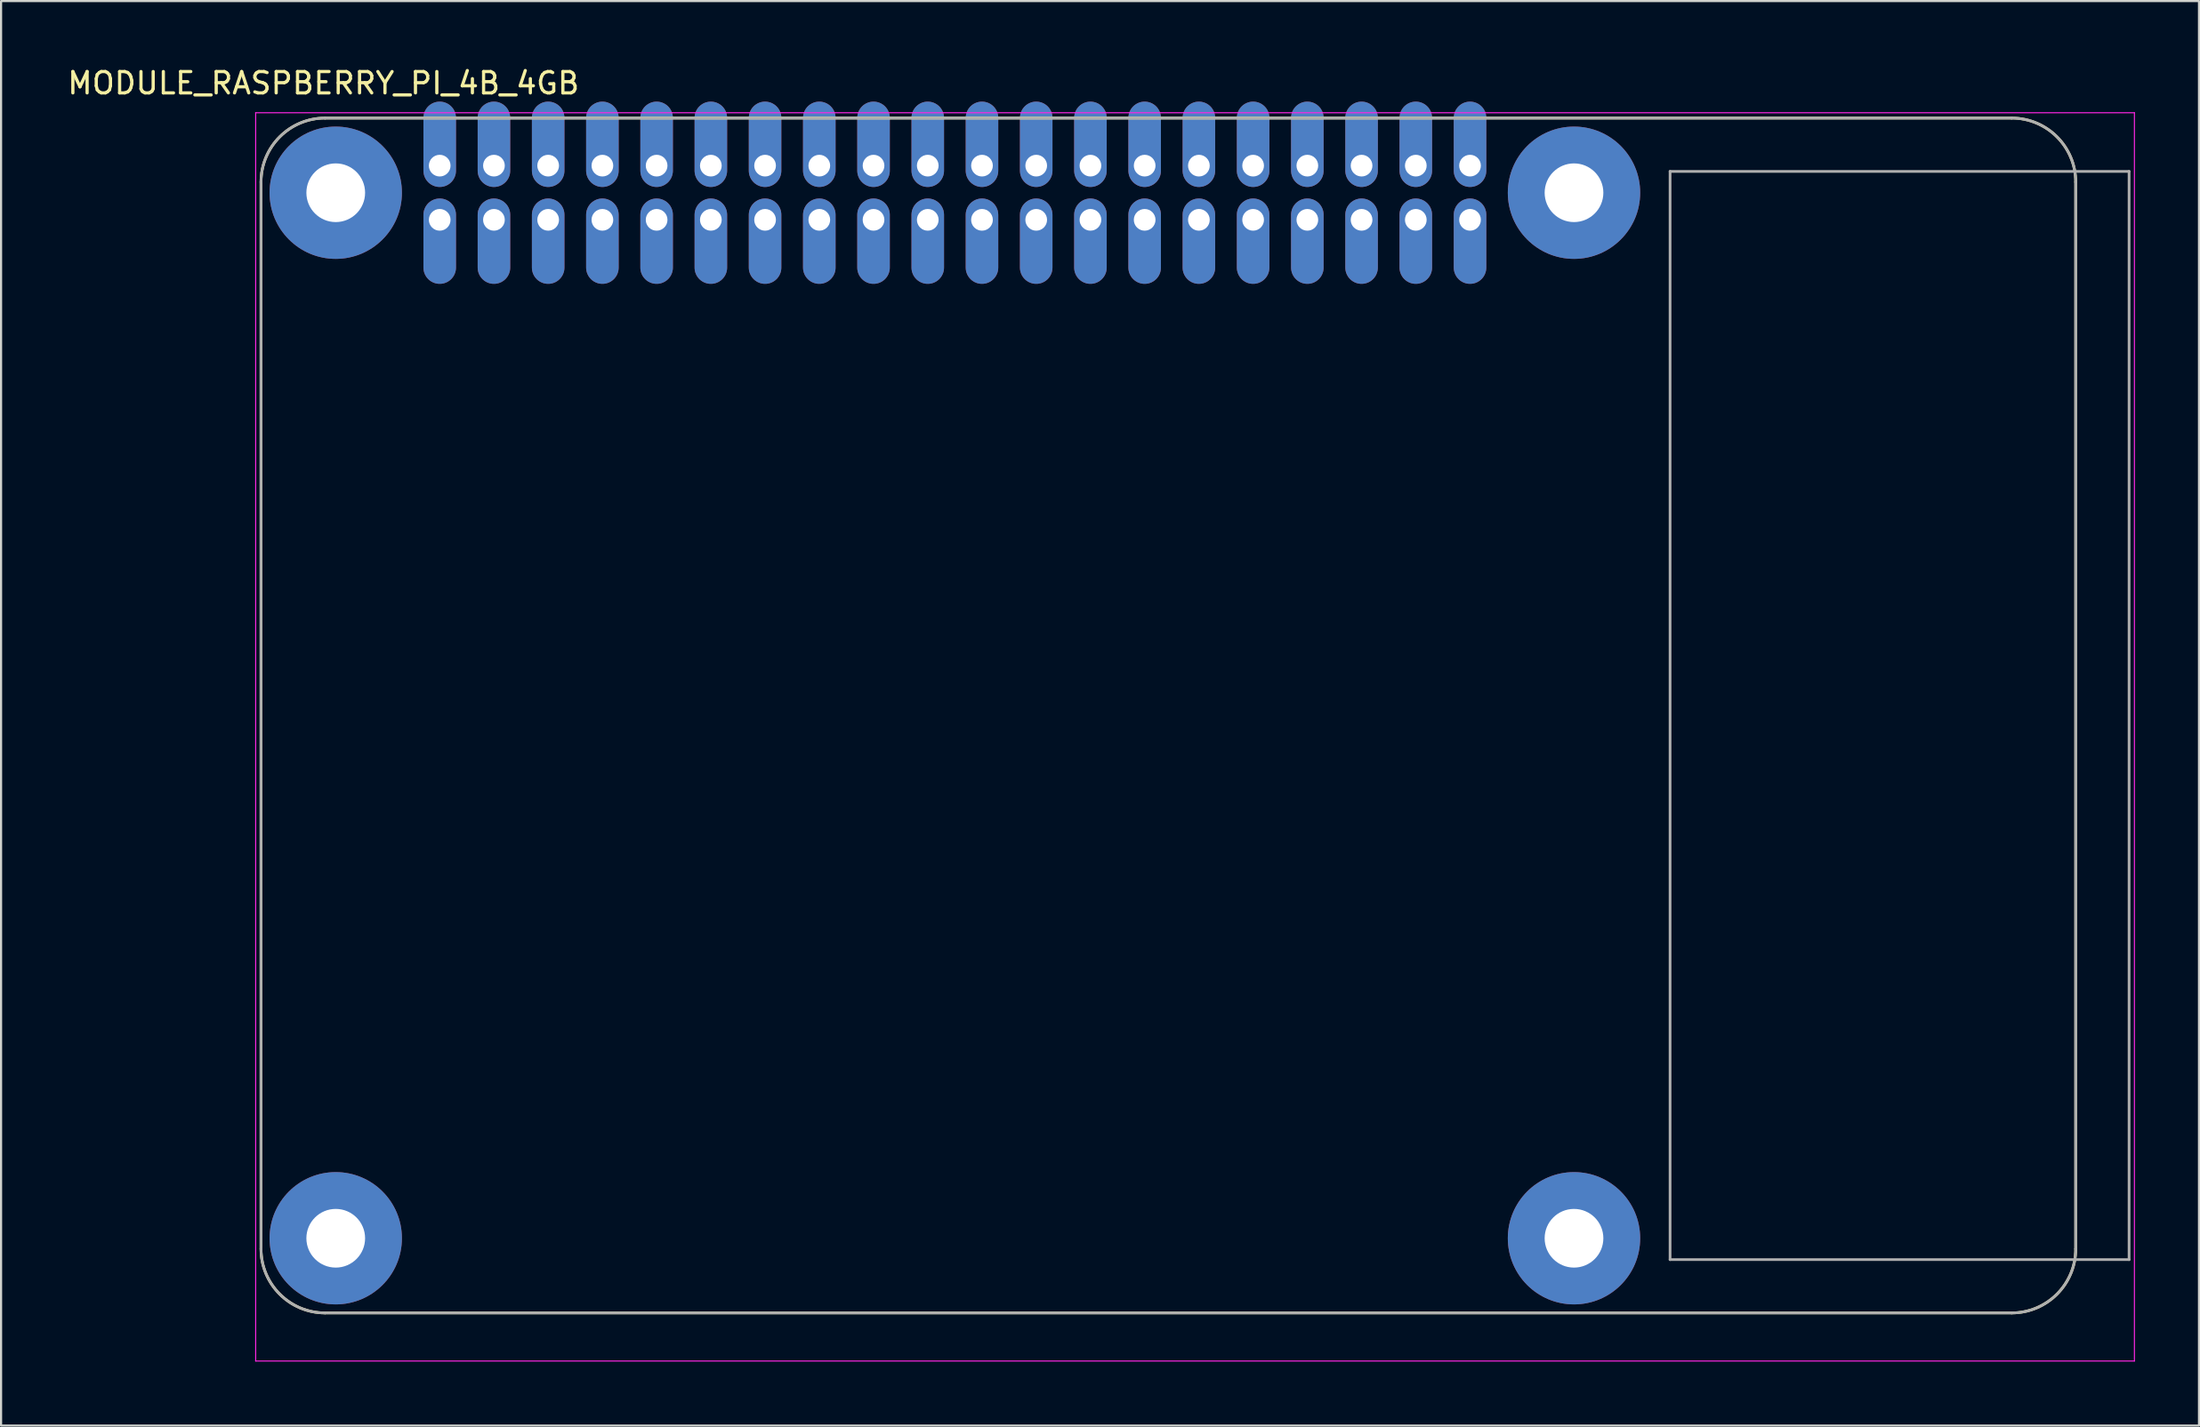
<source format=kicad_pcb>
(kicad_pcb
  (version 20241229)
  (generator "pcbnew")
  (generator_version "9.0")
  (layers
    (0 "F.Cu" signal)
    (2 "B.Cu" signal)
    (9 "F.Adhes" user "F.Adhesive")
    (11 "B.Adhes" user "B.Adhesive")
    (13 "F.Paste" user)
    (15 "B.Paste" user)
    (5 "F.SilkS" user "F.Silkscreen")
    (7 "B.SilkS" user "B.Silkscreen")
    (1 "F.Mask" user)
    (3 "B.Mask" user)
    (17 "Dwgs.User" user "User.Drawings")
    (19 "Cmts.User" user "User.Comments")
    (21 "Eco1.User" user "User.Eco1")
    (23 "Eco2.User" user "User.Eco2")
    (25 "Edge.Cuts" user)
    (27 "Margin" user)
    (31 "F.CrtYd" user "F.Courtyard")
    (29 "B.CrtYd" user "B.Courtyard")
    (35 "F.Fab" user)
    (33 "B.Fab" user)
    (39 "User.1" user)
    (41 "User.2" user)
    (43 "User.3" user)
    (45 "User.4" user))
  (footprint "MODULE_RASPBERRY_PI_4B_4GB"
    (layer "F.Cu")
    (at 51.676 30.483)
    (property "Reference" "MODULE_RASPBERRY_PI_4B_4GB" (at -39.575 -29.635 0) (layer "F.SilkS") (effects (font (size 1 1) (thickness 0.15))))
    (attr through_hole)
    (fp_line (start -42.5 -25) (end -42.5 25) (stroke (width 0.127) (type solid)) (layer "F.SilkS"))
    (fp_line (start -39.5 28) (end 39.5 28) (stroke (width 0.127) (type solid)) (layer "F.SilkS"))
    (fp_line (start 39.5 -28) (end -39.5 -28) (stroke (width 0.127) (type solid)) (layer "F.SilkS"))
    (fp_line (start 42.5 25) (end 42.5 -25) (stroke (width 0.127) (type solid)) (layer "F.SilkS"))
    (fp_arc (start -42.5 -25) (mid -41.62132 -27.12132) (end -39.5 -28) (stroke (width 0.127) (type solid)) (layer "F.SilkS"))
    (fp_arc (start -39.5 28) (mid -41.62132 27.12132) (end -42.5 25) (stroke (width 0.127) (type solid)) (layer "F.SilkS"))
    (fp_arc (start 39.5 -28) (mid 41.62132 -27.12132) (end 42.5 -25) (stroke (width 0.127) (type solid)) (layer "F.SilkS"))
    (fp_arc (start 42.5 25) (mid 41.62132 27.12132) (end 39.5 28) (stroke (width 0.127) (type solid)) (layer "F.SilkS"))
    (fp_line (start -42.75 -28.25) (end 45.25 -28.25) (stroke (width 0.05) (type solid)) (layer "F.CrtYd"))
    (fp_line (start -42.75 30.255) (end -42.75 -28.25) (stroke (width 0.05) (type solid)) (layer "F.CrtYd"))
    (fp_line (start 45.25 -28.25) (end 45.25 30.255) (stroke (width 0.05) (type solid)) (layer "F.CrtYd"))
    (fp_line (start 45.25 30.255) (end -42.75 30.255) (stroke (width 0.05) (type solid)) (layer "F.CrtYd"))
    (fp_line (start -42.5 -25) (end -42.5 25) (stroke (width 0.127) (type solid)) (layer "F.Fab"))
    (fp_line (start -39.5 28) (end 39.5 28) (stroke (width 0.127) (type solid)) (layer "F.Fab"))
    (fp_line (start 23.5 -25.5) (end 23.5 25.5) (stroke (width 0.127) (type solid)) (layer "F.Fab"))
    (fp_line (start 23.5 25.5) (end 45 25.5) (stroke (width 0.127) (type solid)) (layer "F.Fab"))
    (fp_line (start 39.5 -28) (end -39.5 -28) (stroke (width 0.127) (type solid)) (layer "F.Fab"))
    (fp_line (start 42.5 25) (end 42.5 -25) (stroke (width 0.127) (type solid)) (layer "F.Fab"))
    (fp_line (start 45 -25.5) (end 23.5 -25.5) (stroke (width 0.127) (type solid)) (layer "F.Fab"))
    (fp_line (start 45 25.5) (end 45 -25.5) (stroke (width 0.127) (type solid)) (layer "F.Fab"))
    (fp_arc (start -42.5 -25) (mid -41.62132 -27.12132) (end -39.5 -28) (stroke (width 0.127) (type solid)) (layer "F.Fab"))
    (fp_arc (start -39.5 28) (mid -41.62132 27.12132) (end -42.5 25) (stroke (width 0.127) (type solid)) (layer "F.Fab"))
    (fp_arc (start 39.5 -28) (mid 41.62132 -27.12132) (end 42.5 -25) (stroke (width 0.127) (type solid)) (layer "F.Fab"))
    (fp_arc (start 42.5 25) (mid 41.62132 27.12132) (end 39.5 28) (stroke (width 0.127) (type solid)) (layer "F.Fab"))
    (pad "1" thru_hole oval (at -34.13 -23.23) (size 1.524 4) (drill oval 1.016 (offset 0 1)) (layers "*.Cu" "*.Mask"))
    (pad "2" thru_hole oval (at -34.13 -25.77) (size 1.524 4) (drill oval 1.016 (offset 0 -1)) (layers "*.Cu" "*.Mask"))
    (pad "3" thru_hole oval (at -31.59 -23.23) (size 1.524 4) (drill oval 1.016 (offset 0 1)) (layers "*.Cu" "*.Mask"))
    (pad "4" thru_hole oval (at -31.59 -25.77) (size 1.524 4) (drill oval 1.016 (offset 0 -1)) (layers "*.Cu" "*.Mask"))
    (pad "5" thru_hole oval (at -29.05 -23.23) (size 1.524 4) (drill oval 1.016 (offset 0 1)) (layers "*.Cu" "*.Mask"))
    (pad "6" thru_hole oval (at -29.05 -25.77) (size 1.524 4) (drill oval 1.016 (offset 0 -1)) (layers "*.Cu" "*.Mask"))
    (pad "7" thru_hole oval (at -26.51 -23.23) (size 1.524 4) (drill oval 1.016 (offset 0 1)) (layers "*.Cu" "*.Mask"))
    (pad "8" thru_hole oval (at -26.51 -25.77) (size 1.524 4) (drill oval 1.016 (offset 0 -1)) (layers "*.Cu" "*.Mask"))
    (pad "9" thru_hole oval (at -23.97 -23.23) (size 1.524 4) (drill oval 1.016 (offset 0 1)) (layers "*.Cu" "*.Mask"))
    (pad "10" thru_hole oval (at -23.97 -25.77) (size 1.524 4) (drill oval 1.016 (offset 0 -1)) (layers "*.Cu" "*.Mask"))
    (pad "11" thru_hole oval (at -21.43 -23.23) (size 1.524 4) (drill oval 1.016 (offset 0 1)) (layers "*.Cu" "*.Mask"))
    (pad "12" thru_hole oval (at -21.43 -25.77) (size 1.524 4) (drill oval 1.016 (offset 0 -1)) (layers "*.Cu" "*.Mask"))
    (pad "13" thru_hole oval (at -18.89 -23.23) (size 1.524 4) (drill oval 1.016 (offset 0 1)) (layers "*.Cu" "*.Mask"))
    (pad "14" thru_hole oval (at -18.89 -25.77) (size 1.524 4) (drill oval 1.016 (offset 0 -1)) (layers "*.Cu" "*.Mask"))
    (pad "15" thru_hole oval (at -16.35 -23.23) (size 1.524 4) (drill oval 1.016 (offset 0 1)) (layers "*.Cu" "*.Mask"))
    (pad "16" thru_hole oval (at -16.35 -25.77) (size 1.524 4) (drill oval 1.016 (offset 0 -1)) (layers "*.Cu" "*.Mask"))
    (pad "17" thru_hole oval (at -13.81 -23.23) (size 1.524 4) (drill oval 1.016 (offset 0 1)) (layers "*.Cu" "*.Mask"))
    (pad "18" thru_hole oval (at -13.81 -25.77) (size 1.524 4) (drill oval 1.016 (offset 0 -1)) (layers "*.Cu" "*.Mask"))
    (pad "19" thru_hole oval (at -11.27 -23.23) (size 1.524 4) (drill oval 1.016 (offset 0 1)) (layers "*.Cu" "*.Mask"))
    (pad "20" thru_hole oval (at -11.27 -25.77) (size 1.524 4) (drill oval 1.016 (offset 0 -1)) (layers "*.Cu" "*.Mask"))
    (pad "21" thru_hole oval (at -8.73 -23.23) (size 1.524 4) (drill oval 1.016 (offset 0 1)) (layers "*.Cu" "*.Mask"))
    (pad "22" thru_hole oval (at -8.73 -25.77) (size 1.524 4) (drill oval 1.016 (offset 0 -1)) (layers "*.Cu" "*.Mask"))
    (pad "23" thru_hole oval (at -6.19 -23.23) (size 1.524 4) (drill oval 1.016 (offset 0 1)) (layers "*.Cu" "*.Mask"))
    (pad "24" thru_hole oval (at -6.19 -25.77) (size 1.524 4) (drill oval 1.016 (offset 0 -1)) (layers "*.Cu" "*.Mask"))
    (pad "25" thru_hole oval (at -3.65 -23.23) (size 1.524 4) (drill oval 1.016 (offset 0 1)) (layers "*.Cu" "*.Mask"))
    (pad "26" thru_hole oval (at -3.65 -25.77) (size 1.524 4) (drill oval 1.016 (offset 0 -1)) (layers "*.Cu" "*.Mask"))
    (pad "27" thru_hole oval (at -1.11 -23.23) (size 1.524 4) (drill oval 1.016 (offset 0 1)) (layers "*.Cu" "*.Mask"))
    (pad "28" thru_hole oval (at -1.11 -25.77) (size 1.524 4) (drill oval 1.016 (offset 0 -1)) (layers "*.Cu" "*.Mask"))
    (pad "29" thru_hole oval (at 1.43 -23.23) (size 1.524 4) (drill oval 1.016 (offset 0 1)) (layers "*.Cu" "*.Mask"))
    (pad "30" thru_hole oval (at 1.43 -25.77) (size 1.524 4) (drill oval 1.016 (offset 0 -1)) (layers "*.Cu" "*.Mask"))
    (pad "31" thru_hole oval (at 3.97 -23.23) (size 1.524 4) (drill oval 1.016 (offset 0 1)) (layers "*.Cu" "*.Mask"))
    (pad "32" thru_hole oval (at 3.97 -25.77) (size 1.524 4) (drill oval 1.016 (offset 0 -1)) (layers "*.Cu" "*.Mask"))
    (pad "33" thru_hole oval (at 6.51 -23.23) (size 1.524 4) (drill oval 1.016 (offset 0 1)) (layers "*.Cu" "*.Mask"))
    (pad "34" thru_hole oval (at 6.51 -25.77) (size 1.524 4) (drill oval 1.016 (offset 0 -1)) (layers "*.Cu" "*.Mask"))
    (pad "35" thru_hole oval (at 9.05 -23.23) (size 1.524 4) (drill oval 1.016 (offset 0 1)) (layers "*.Cu" "*.Mask"))
    (pad "36" thru_hole oval (at 9.05 -25.77) (size 1.524 4) (drill oval 1.016 (offset 0 -1)) (layers "*.Cu" "*.Mask"))
    (pad "37" thru_hole oval (at 11.59 -23.23) (size 1.524 4) (drill 1.016 (offset 0 1)) (layers "*.Cu" "*.Mask"))
    (pad "38" thru_hole oval (at 11.59 -25.77) (size 1.524 4) (drill oval 1.016 (offset 0 -1)) (layers "*.Cu" "*.Mask"))
    (pad "39" thru_hole oval (at 14.13 -23.23) (size 1.524 4) (drill oval 1.016 (offset 0 1)) (layers "*.Cu" "*.Mask"))
    (pad "40" thru_hole oval (at 14.13 -25.77) (size 1.524 4) (drill oval 1.016 (offset 0 -1)) (layers "*.Cu" "*.Mask"))
    (pad "S1" thru_hole circle (at -39 -24.5) (size 6.2 6.2) (drill 2.75) (layers "*.Cu" "*.Mask"))
    (pad "S2" thru_hole circle (at 19 -24.5) (size 6.2 6.2) (drill 2.75) (layers "*.Cu" "*.Mask"))
    (pad "S3" thru_hole circle (at 19 24.5) (size 6.2 6.2) (drill 2.75) (layers "*.Cu" "*.Mask"))
    (pad "S4" thru_hole circle (at -39 24.5) (size 6.2 6.2) (drill 2.75) (layers "*.Cu" "*.Mask")))
  (gr_rect
    (start -3 -3)
    (end 99.951 63.763)
    (stroke (width 0.1) (type default))
    (fill no)
    (layer "Edge.Cuts")))
</source>
